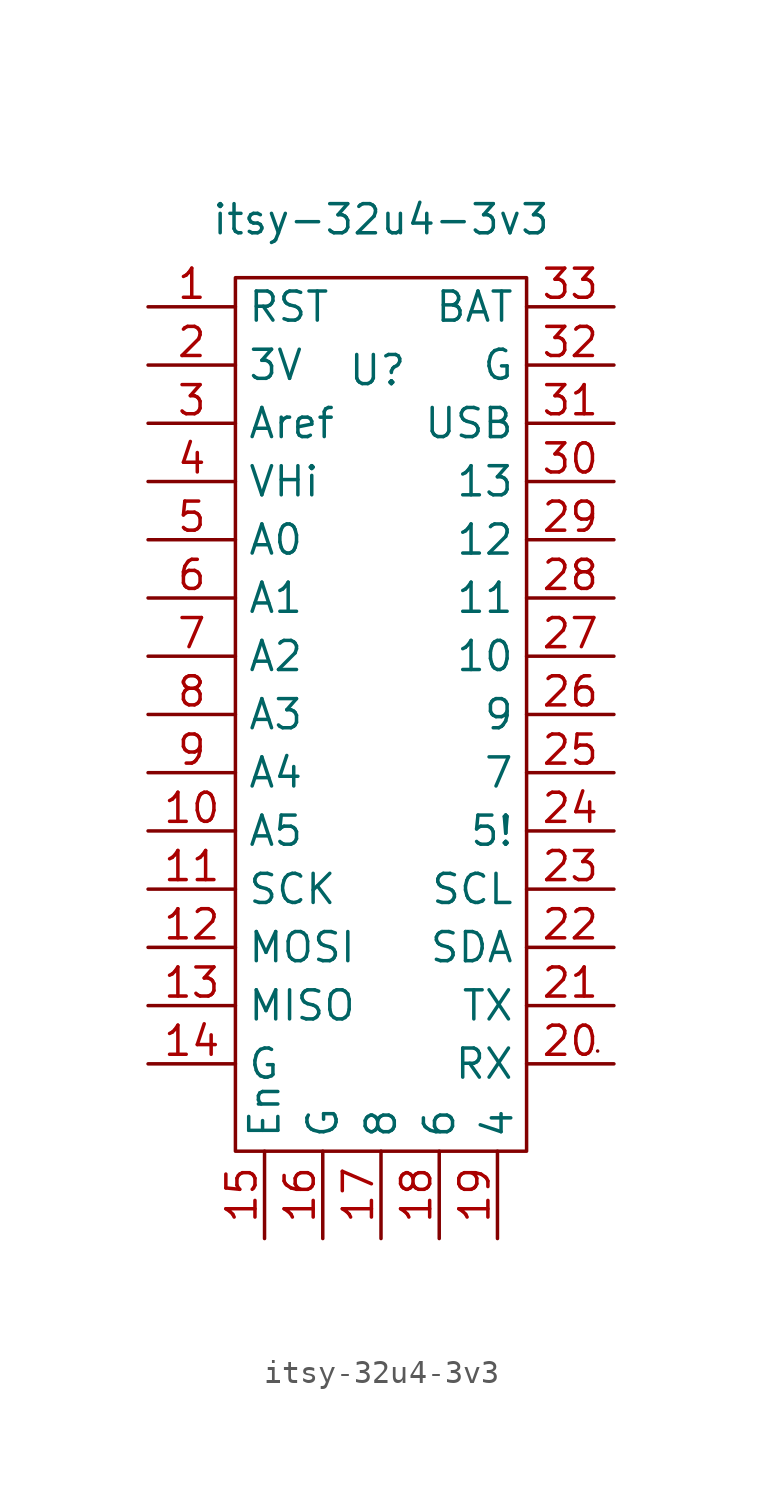
<source format=kicad_sym>
(kicad_symbol_lib
  (version 20211014)
  (generator kicad_symbol_editor)
  (symbol "itsy-32u4-3v3"
    (property "Reference" "U"
      (at -0.152 34.061 0)
      (effects (font (size 1.27 1.27))))
    (property "Value" "itsy-32u4-3v3"
      (at 0 40.64 0)
      (effects (font (size 1.27 1.27))))
    (symbol "itsy-32u4-3v3_0_1"
      (rectangle (start -6.35 38.1) (end 6.35 0) (stroke (width 0) (type default) (color 0 0 0 0)) (fill (type none)))
      (rectangle (start 9.449 4.369) (end 9.449 4.369) (stroke (width 0) (type default) (color 0 0 0 0)) (fill (type none))))
    (symbol "itsy-32u4-3v3_1_1"
      (pin bidirectional line (at -10.16 36.83 0) (length 3.81) (name "RST" (effects (font (size 1.27 1.27)))) (number "1" (effects (font (size 1.27 1.27)))))
      (pin bidirectional line (at -10.16 13.97 0) (length 3.81) (name "A5" (effects (font (size 1.27 1.27)))) (number "10" (effects (font (size 1.27 1.27)))))
      (pin bidirectional line (at -10.16 11.43 0) (length 3.81) (name "SCK" (effects (font (size 1.27 1.27)))) (number "11" (effects (font (size 1.27 1.27)))))
      (pin bidirectional line (at -10.16 8.89 0) (length 3.81) (name "MOSI" (effects (font (size 1.27 1.27)))) (number "12" (effects (font (size 1.27 1.27)))))
      (pin bidirectional line (at -10.16 6.35 0) (length 3.81) (name "MISO" (effects (font (size 1.27 1.27)))) (number "13" (effects (font (size 1.27 1.27)))))
      (pin power_in line (at -10.16 3.81 0) (length 3.81) (name "G" (effects (font (size 1.27 1.27)))) (number "14" (effects (font (size 1.27 1.27)))))
      (pin bidirectional line (at -5.08 -3.81 90) (length 3.81) (name "En" (effects (font (size 1.27 1.27)))) (number "15" (effects (font (size 1.27 1.27)))))
      (pin power_in line (at -2.54 -3.81 90) (length 3.81) (name "G" (effects (font (size 1.27 1.27)))) (number "16" (effects (font (size 1.27 1.27)))))
      (pin bidirectional line (at 0 -3.81 90) (length 3.81) (name "8" (effects (font (size 1.27 1.27)))) (number "17" (effects (font (size 1.27 1.27)))))
      (pin bidirectional line (at 2.54 -3.81 90) (length 3.81) (name "6" (effects (font (size 1.27 1.27)))) (number "18" (effects (font (size 1.27 1.27)))))
      (pin bidirectional line (at 5.08 -3.81 90) (length 3.81) (name "4" (effects (font (size 1.27 1.27)))) (number "19" (effects (font (size 1.27 1.27)))))
      (pin power_out line (at -10.16 34.29 0) (length 3.81) (name "3V" (effects (font (size 1.27 1.27)))) (number "2" (effects (font (size 1.27 1.27)))))
      (pin bidirectional line (at 10.16 3.81 180) (length 3.81) (name "RX" (effects (font (size 1.27 1.27)))) (number "20" (effects (font (size 1.27 1.27)))))
      (pin bidirectional line (at 10.16 6.35 180) (length 3.81) (name "TX" (effects (font (size 1.27 1.27)))) (number "21" (effects (font (size 1.27 1.27)))))
      (pin bidirectional line (at 10.16 8.89 180) (length 3.81) (name "SDA" (effects (font (size 1.27 1.27)))) (number "22" (effects (font (size 1.27 1.27)))))
      (pin bidirectional line (at 10.16 11.43 180) (length 3.81) (name "SCL" (effects (font (size 1.27 1.27)))) (number "23" (effects (font (size 1.27 1.27)))))
      (pin bidirectional line (at 10.16 13.97 180) (length 3.81) (name "5!" (effects (font (size 1.27 1.27)))) (number "24" (effects (font (size 1.27 1.27)))))
      (pin bidirectional line (at 10.16 16.51 180) (length 3.81) (name "7" (effects (font (size 1.27 1.27)))) (number "25" (effects (font (size 1.27 1.27)))))
      (pin bidirectional line (at 10.16 19.05 180) (length 3.81) (name "9" (effects (font (size 1.27 1.27)))) (number "26" (effects (font (size 1.27 1.27)))))
      (pin bidirectional line (at 10.16 21.59 180) (length 3.81) (name "10" (effects (font (size 1.27 1.27)))) (number "27" (effects (font (size 1.27 1.27)))))
      (pin bidirectional line (at 10.16 24.13 180) (length 3.81) (name "11" (effects (font (size 1.27 1.27)))) (number "28" (effects (font (size 1.27 1.27)))))
      (pin bidirectional line (at 10.16 26.67 180) (length 3.81) (name "12" (effects (font (size 1.27 1.27)))) (number "29" (effects (font (size 1.27 1.27)))))
      (pin bidirectional line (at -10.16 31.75 0) (length 3.81) (name "Aref" (effects (font (size 1.27 1.27)))) (number "3" (effects (font (size 1.27 1.27)))))
      (pin bidirectional line (at 10.16 29.21 180) (length 3.81) (name "13" (effects (font (size 1.27 1.27)))) (number "30" (effects (font (size 1.27 1.27)))))
      (pin bidirectional line (at 10.16 31.75 180) (length 3.81) (name "USB" (effects (font (size 1.27 1.27)))) (number "31" (effects (font (size 1.27 1.27)))))
      (pin power_in line (at 10.16 34.29 180) (length 3.81) (name "G" (effects (font (size 1.27 1.27)))) (number "32" (effects (font (size 1.27 1.27)))))
      (pin power_in line (at 10.16 36.83 180) (length 3.81) (name "BAT" (effects (font (size 1.27 1.27)))) (number "33" (effects (font (size 1.27 1.27)))))
      (pin bidirectional line (at -10.16 29.21 0) (length 3.81) (name "VHi" (effects (font (size 1.27 1.27)))) (number "4" (effects (font (size 1.27 1.27)))))
      (pin bidirectional line (at -10.16 26.67 0) (length 3.81) (name "A0" (effects (font (size 1.27 1.27)))) (number "5" (effects (font (size 1.27 1.27)))))
      (pin bidirectional line (at -10.16 24.13 0) (length 3.81) (name "A1" (effects (font (size 1.27 1.27)))) (number "6" (effects (font (size 1.27 1.27)))))
      (pin bidirectional line (at -10.16 21.59 0) (length 3.81) (name "A2" (effects (font (size 1.27 1.27)))) (number "7" (effects (font (size 1.27 1.27)))))
      (pin bidirectional line (at -10.16 19.05 0) (length 3.81) (name "A3" (effects (font (size 1.27 1.27)))) (number "8" (effects (font (size 1.27 1.27)))))
      (pin bidirectional line (at -10.16 16.51 0) (length 3.81) (name "A4" (effects (font (size 1.27 1.27)))) (number "9" (effects (font (size 1.27 1.27))))))))
</source>
